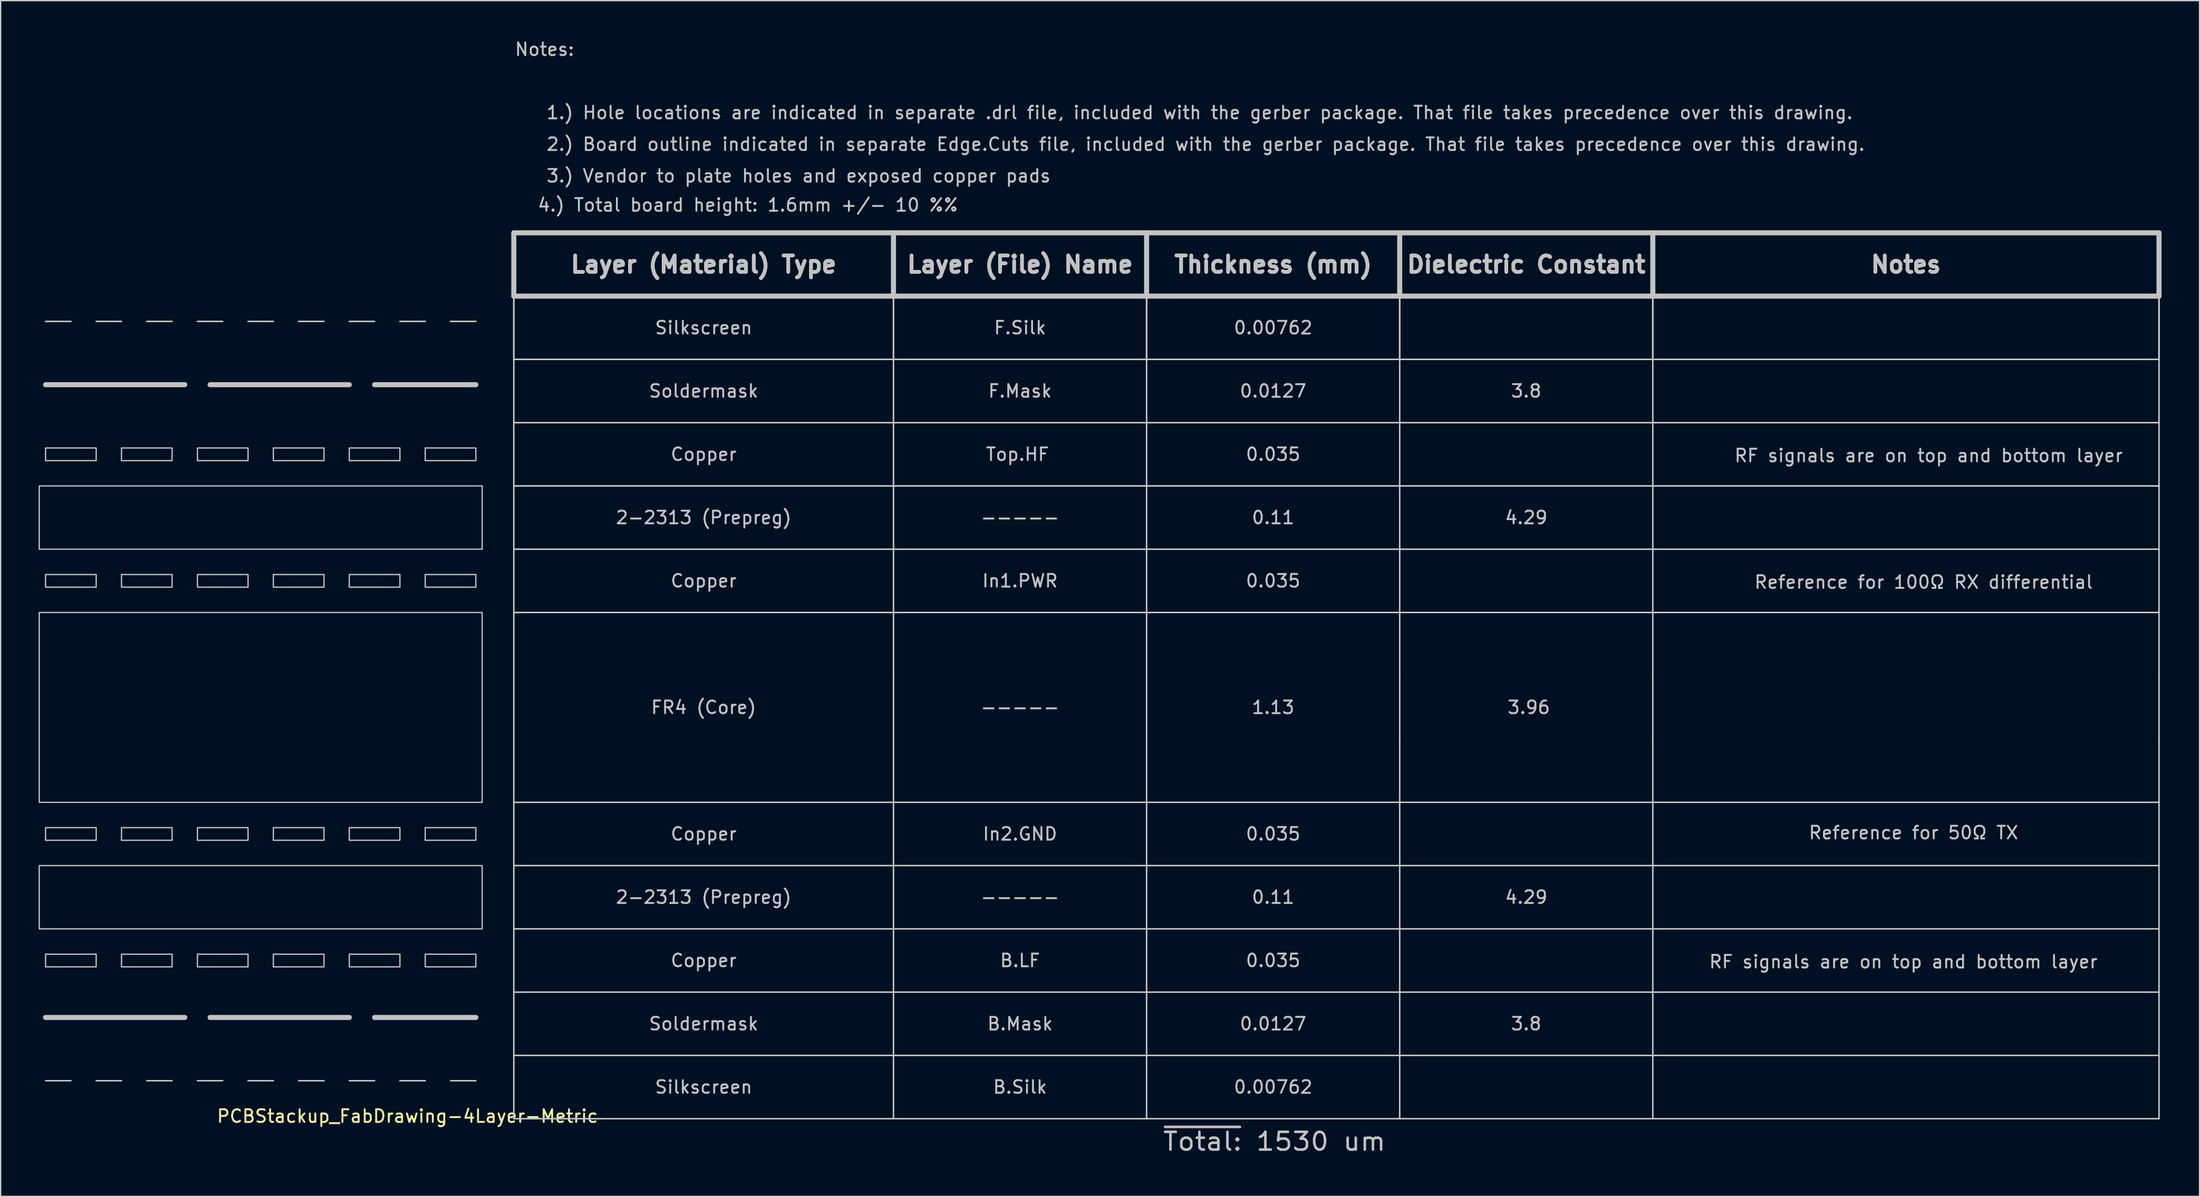
<source format=kicad_pcb>
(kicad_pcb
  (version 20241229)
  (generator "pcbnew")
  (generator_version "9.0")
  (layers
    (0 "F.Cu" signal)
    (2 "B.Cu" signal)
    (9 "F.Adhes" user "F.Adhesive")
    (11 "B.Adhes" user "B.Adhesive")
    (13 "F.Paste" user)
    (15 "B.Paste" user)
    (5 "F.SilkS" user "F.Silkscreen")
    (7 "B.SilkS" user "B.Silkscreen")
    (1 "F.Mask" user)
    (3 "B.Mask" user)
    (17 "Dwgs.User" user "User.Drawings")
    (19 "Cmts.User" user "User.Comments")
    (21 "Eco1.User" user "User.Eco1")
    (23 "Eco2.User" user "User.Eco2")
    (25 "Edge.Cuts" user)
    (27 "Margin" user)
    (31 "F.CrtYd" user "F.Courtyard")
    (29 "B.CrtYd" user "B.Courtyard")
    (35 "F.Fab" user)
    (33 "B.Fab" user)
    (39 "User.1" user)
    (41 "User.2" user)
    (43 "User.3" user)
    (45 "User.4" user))
  (footprint "PCBStackup_FabDrawing-4Layer-Metric"
    (layer "F.Cu")
    (at 37.55 20.348)
    (property "Reference" "PCBStackup_FabDrawing-4Layer-Metric" (at -8.4 64.8 0) (layer "F.SilkS") (effects (font (size 1 1) (thickness 0.15))))
    (attr through_hole)
    (fp_line (start -37 7) (end -26 7) (stroke (width 0.4) (type solid)) (layer "Dwgs.User"))
    (fp_line (start -37 57) (end -26 57) (stroke (width 0.4) (type solid)) (layer "Dwgs.User"))
    (fp_line (start -35 2) (end -37 2) (stroke (width 0.12) (type solid)) (layer "Dwgs.User"))
    (fp_line (start -35 62) (end -37 62) (stroke (width 0.12) (type solid)) (layer "Dwgs.User"))
    (fp_line (start -31 2) (end -33 2) (stroke (width 0.12) (type solid)) (layer "Dwgs.User"))
    (fp_line (start -31 62) (end -33 62) (stroke (width 0.12) (type solid)) (layer "Dwgs.User"))
    (fp_line (start -27 2) (end -29 2) (stroke (width 0.12) (type solid)) (layer "Dwgs.User"))
    (fp_line (start -27 62) (end -29 62) (stroke (width 0.12) (type solid)) (layer "Dwgs.User"))
    (fp_line (start -24 7) (end -13 7) (stroke (width 0.4) (type solid)) (layer "Dwgs.User"))
    (fp_line (start -24 57) (end -13 57) (stroke (width 0.4) (type solid)) (layer "Dwgs.User"))
    (fp_line (start -23 2) (end -25 2) (stroke (width 0.12) (type solid)) (layer "Dwgs.User"))
    (fp_line (start -23 62) (end -25 62) (stroke (width 0.12) (type solid)) (layer "Dwgs.User"))
    (fp_line (start -19 2) (end -21 2) (stroke (width 0.12) (type solid)) (layer "Dwgs.User"))
    (fp_line (start -19 62) (end -21 62) (stroke (width 0.12) (type solid)) (layer "Dwgs.User"))
    (fp_line (start -15 2) (end -17 2) (stroke (width 0.12) (type solid)) (layer "Dwgs.User"))
    (fp_line (start -15 62) (end -17 62) (stroke (width 0.12) (type solid)) (layer "Dwgs.User"))
    (fp_line (start -11 2) (end -13 2) (stroke (width 0.12) (type solid)) (layer "Dwgs.User"))
    (fp_line (start -11 7) (end -3 7) (stroke (width 0.4) (type solid)) (layer "Dwgs.User"))
    (fp_line (start -11 57) (end -3 57) (stroke (width 0.4) (type solid)) (layer "Dwgs.User"))
    (fp_line (start -11 62) (end -13 62) (stroke (width 0.12) (type solid)) (layer "Dwgs.User"))
    (fp_line (start -7 2) (end -9 2) (stroke (width 0.12) (type solid)) (layer "Dwgs.User"))
    (fp_line (start -7 62) (end -9 62) (stroke (width 0.12) (type solid)) (layer "Dwgs.User"))
    (fp_line (start -3 2) (end -5 2) (stroke (width 0.12) (type solid)) (layer "Dwgs.User"))
    (fp_line (start -3 62) (end -5 62) (stroke (width 0.12) (type solid)) (layer "Dwgs.User"))
    (fp_line (start 0 -5) (end 30 -5) (stroke (width 0.4) (type solid)) (layer "Dwgs.User"))
    (fp_line (start 0 0) (end 0 -5) (stroke (width 0.4) (type solid)) (layer "Dwgs.User"))
    (fp_line (start 0 0) (end 0 5) (stroke (width 0.12) (type solid)) (layer "Dwgs.User"))
    (fp_line (start 0 0) (end 0 5) (stroke (width 0.12) (type solid)) (layer "Dwgs.User"))
    (fp_line (start 0 0) (end 0 5) (stroke (width 0.12) (type solid)) (layer "Dwgs.User"))
    (fp_line (start 0 0) (end 30 0) (stroke (width 0.12) (type solid)) (layer "Dwgs.User"))
    (fp_line (start 0 0) (end 30 0) (stroke (width 0.12) (type solid)) (layer "Dwgs.User"))
    (fp_line (start 0 0) (end 30 0) (stroke (width 0.12) (type solid)) (layer "Dwgs.User"))
    (fp_line (start 0 5) (end 0 10) (stroke (width 0.12) (type solid)) (layer "Dwgs.User"))
    (fp_line (start 0 5) (end 30 5) (stroke (width 0.12) (type solid)) (layer "Dwgs.User"))
    (fp_line (start 0 5) (end 30 5) (stroke (width 0.12) (type solid)) (layer "Dwgs.User"))
    (fp_line (start 0 5) (end 30 5) (stroke (width 0.12) (type solid)) (layer "Dwgs.User"))
    (fp_line (start 0 10) (end 0 15) (stroke (width 0.12) (type solid)) (layer "Dwgs.User"))
    (fp_line (start 0 10) (end 30 10) (stroke (width 0.12) (type solid)) (layer "Dwgs.User"))
    (fp_line (start 0 15) (end 0 20) (stroke (width 0.12) (type solid)) (layer "Dwgs.User"))
    (fp_line (start 0 15) (end 30 15) (stroke (width 0.12) (type solid)) (layer "Dwgs.User"))
    (fp_line (start 0 15) (end 30 15) (stroke (width 0.12) (type solid)) (layer "Dwgs.User"))
    (fp_line (start 0 15) (end 30 15) (stroke (width 0.12) (type solid)) (layer "Dwgs.User"))
    (fp_line (start 0 20) (end 0 25) (stroke (width 0.12) (type solid)) (layer "Dwgs.User"))
    (fp_line (start 0 20) (end 30 20) (stroke (width 0.12) (type solid)) (layer "Dwgs.User"))
    (fp_line (start 0 25) (end 0 30) (stroke (width 0.12) (type solid)) (layer "Dwgs.User"))
    (fp_line (start 0 25) (end 30 25) (stroke (width 0.12) (type solid)) (layer "Dwgs.User"))
    (fp_line (start 0 25) (end 30 25) (stroke (width 0.12) (type solid)) (layer "Dwgs.User"))
    (fp_line (start 0 30) (end 0 35) (stroke (width 0.12) (type solid)) (layer "Dwgs.User"))
    (fp_line (start 0 35) (end 0 40) (stroke (width 0.12) (type solid)) (layer "Dwgs.User"))
    (fp_line (start 0 40) (end 0 45) (stroke (width 0.12) (type solid)) (layer "Dwgs.User"))
    (fp_line (start 0 40) (end 30 40) (stroke (width 0.12) (type solid)) (layer "Dwgs.User"))
    (fp_line (start 0 45) (end 0 50) (stroke (width 0.12) (type solid)) (layer "Dwgs.User"))
    (fp_line (start 0 45) (end 30 45) (stroke (width 0.12) (type solid)) (layer "Dwgs.User"))
    (fp_line (start 0 50) (end 0 55) (stroke (width 0.12) (type solid)) (layer "Dwgs.User"))
    (fp_line (start 0 50) (end 30 50) (stroke (width 0.12) (type solid)) (layer "Dwgs.User"))
    (fp_line (start 0 55) (end 0 60) (stroke (width 0.12) (type solid)) (layer "Dwgs.User"))
    (fp_line (start 0 55) (end 30 55) (stroke (width 0.12) (type solid)) (layer "Dwgs.User"))
    (fp_line (start 0 60) (end 0 65) (stroke (width 0.12) (type solid)) (layer "Dwgs.User"))
    (fp_line (start 0 60) (end 30 60) (stroke (width 0.12) (type solid)) (layer "Dwgs.User"))
    (fp_line (start 0 65) (end 30 65) (stroke (width 0.12) (type solid)) (layer "Dwgs.User"))
    (fp_line (start 30 -5) (end 30 0) (stroke (width 0.4) (type solid)) (layer "Dwgs.User"))
    (fp_line (start 30 0) (end 0 0) (stroke (width 0.4) (type solid)) (layer "Dwgs.User"))
    (fp_line (start 30 0) (end 30 5) (stroke (width 0.12) (type solid)) (layer "Dwgs.User"))
    (fp_line (start 30 0) (end 30 5) (stroke (width 0.12) (type solid)) (layer "Dwgs.User"))
    (fp_line (start 30 0) (end 30 5) (stroke (width 0.12) (type solid)) (layer "Dwgs.User"))
    (fp_line (start 30 0) (end 50 0) (stroke (width 0.12) (type solid)) (layer "Dwgs.User"))
    (fp_line (start 30 0) (end 50 0) (stroke (width 0.12) (type solid)) (layer "Dwgs.User"))
    (fp_line (start 30 0) (end 50 0) (stroke (width 0.12) (type solid)) (layer "Dwgs.User"))
    (fp_line (start 30 0) (end 50 0) (stroke (width 0.4) (type solid)) (layer "Dwgs.User"))
    (fp_line (start 30 5) (end 30 10) (stroke (width 0.12) (type solid)) (layer "Dwgs.User"))
    (fp_line (start 30 10) (end 30 15) (stroke (width 0.12) (type solid)) (layer "Dwgs.User"))
    (fp_line (start 30 10) (end 50 10) (stroke (width 0.12) (type solid)) (layer "Dwgs.User"))
    (fp_line (start 30 15) (end 30 20) (stroke (width 0.12) (type solid)) (layer "Dwgs.User"))
    (fp_line (start 30 20) (end 30 25) (stroke (width 0.12) (type solid)) (layer "Dwgs.User"))
    (fp_line (start 30 20) (end 50 20) (stroke (width 0.12) (type solid)) (layer "Dwgs.User"))
    (fp_line (start 30 25) (end 50 25) (stroke (width 0.12) (type solid)) (layer "Dwgs.User"))
    (fp_line (start 30 30) (end 30 25) (stroke (width 0.12) (type solid)) (layer "Dwgs.User"))
    (fp_line (start 30 35) (end 30 30) (stroke (width 0.12) (type solid)) (layer "Dwgs.User"))
    (fp_line (start 30 40) (end 30 35) (stroke (width 0.12) (type solid)) (layer "Dwgs.User"))
    (fp_line (start 30 40) (end 30 45) (stroke (width 0.12) (type solid)) (layer "Dwgs.User"))
    (fp_line (start 30 40) (end 50 40) (stroke (width 0.12) (type solid)) (layer "Dwgs.User"))
    (fp_line (start 30 45) (end 50 45) (stroke (width 0.12) (type solid)) (layer "Dwgs.User"))
    (fp_line (start 30 50) (end 30 45) (stroke (width 0.12) (type solid)) (layer "Dwgs.User"))
    (fp_line (start 30 50) (end 50 50) (stroke (width 0.12) (type solid)) (layer "Dwgs.User"))
    (fp_line (start 30 55) (end 30 50) (stroke (width 0.12) (type solid)) (layer "Dwgs.User"))
    (fp_line (start 30 60) (end 30 55) (stroke (width 0.12) (type solid)) (layer "Dwgs.User"))
    (fp_line (start 30 60) (end 50 60) (stroke (width 0.12) (type solid)) (layer "Dwgs.User"))
    (fp_line (start 30 65) (end 30 60) (stroke (width 0.12) (type solid)) (layer "Dwgs.User"))
    (fp_line (start 30 65) (end 50 65) (stroke (width 0.12) (type solid)) (layer "Dwgs.User"))
    (fp_line (start 50 -5) (end 30 -5) (stroke (width 0.4) (type solid)) (layer "Dwgs.User"))
    (fp_line (start 50 -5) (end 70 -5) (stroke (width 0.4) (type solid)) (layer "Dwgs.User"))
    (fp_line (start 50 0) (end 50 -5) (stroke (width 0.4) (type solid)) (layer "Dwgs.User"))
    (fp_line (start 50 0) (end 50 5) (stroke (width 0.12) (type solid)) (layer "Dwgs.User"))
    (fp_line (start 50 0) (end 50 5) (stroke (width 0.12) (type solid)) (layer "Dwgs.User"))
    (fp_line (start 50 0) (end 50 5) (stroke (width 0.12) (type solid)) (layer "Dwgs.User"))
    (fp_line (start 50 5) (end 30 5) (stroke (width 0.12) (type solid)) (layer "Dwgs.User"))
    (fp_line (start 50 5) (end 30 5) (stroke (width 0.12) (type solid)) (layer "Dwgs.User"))
    (fp_line (start 50 5) (end 30 5) (stroke (width 0.12) (type solid)) (layer "Dwgs.User"))
    (fp_line (start 50 5) (end 50 10) (stroke (width 0.12) (type solid)) (layer "Dwgs.User"))
    (fp_line (start 50 5) (end 70 5) (stroke (width 0.12) (type solid)) (layer "Dwgs.User"))
    (fp_line (start 50 5) (end 70 5) (stroke (width 0.12) (type solid)) (layer "Dwgs.User"))
    (fp_line (start 50 5) (end 70 5) (stroke (width 0.12) (type solid)) (layer "Dwgs.User"))
    (fp_line (start 50 10) (end 50 15) (stroke (width 0.12) (type solid)) (layer "Dwgs.User"))
    (fp_line (start 50 15) (end 30 15) (stroke (width 0.12) (type solid)) (layer "Dwgs.User"))
    (fp_line (start 50 15) (end 30 15) (stroke (width 0.12) (type solid)) (layer "Dwgs.User"))
    (fp_line (start 50 15) (end 30 15) (stroke (width 0.12) (type solid)) (layer "Dwgs.User"))
    (fp_line (start 50 15) (end 50 20) (stroke (width 0.12) (type solid)) (layer "Dwgs.User"))
    (fp_line (start 50 15) (end 70 15) (stroke (width 0.12) (type solid)) (layer "Dwgs.User"))
    (fp_line (start 50 15) (end 70 15) (stroke (width 0.12) (type solid)) (layer "Dwgs.User"))
    (fp_line (start 50 15) (end 70 15) (stroke (width 0.12) (type solid)) (layer "Dwgs.User"))
    (fp_line (start 50 20) (end 70 20) (stroke (width 0.12) (type solid)) (layer "Dwgs.User"))
    (fp_line (start 50 25) (end 30 25) (stroke (width 0.12) (type solid)) (layer "Dwgs.User"))
    (fp_line (start 50 25) (end 50 20) (stroke (width 0.12) (type solid)) (layer "Dwgs.User"))
    (fp_line (start 50 25) (end 70 25) (stroke (width 0.12) (type solid)) (layer "Dwgs.User"))
    (fp_line (start 50 25) (end 70 25) (stroke (width 0.12) (type solid)) (layer "Dwgs.User"))
    (fp_line (start 50 30) (end 50 25) (stroke (width 0.12) (type solid)) (layer "Dwgs.User"))
    (fp_line (start 50 35) (end 50 30) (stroke (width 0.12) (type solid)) (layer "Dwgs.User"))
    (fp_line (start 50 35) (end 50 40) (stroke (width 0.12) (type solid)) (layer "Dwgs.User"))
    (fp_line (start 50 40) (end 70 40) (stroke (width 0.12) (type solid)) (layer "Dwgs.User"))
    (fp_line (start 50 45) (end 50 40) (stroke (width 0.12) (type solid)) (layer "Dwgs.User"))
    (fp_line (start 50 45) (end 50 50) (stroke (width 0.12) (type solid)) (layer "Dwgs.User"))
    (fp_line (start 50 45) (end 70 45) (stroke (width 0.12) (type solid)) (layer "Dwgs.User"))
    (fp_line (start 50 50) (end 50 55) (stroke (width 0.12) (type solid)) (layer "Dwgs.User"))
    (fp_line (start 50 50) (end 70 50) (stroke (width 0.12) (type solid)) (layer "Dwgs.User"))
    (fp_line (start 50 55) (end 30 55) (stroke (width 0.12) (type solid)) (layer "Dwgs.User"))
    (fp_line (start 50 60) (end 50 55) (stroke (width 0.12) (type solid)) (layer "Dwgs.User"))
    (fp_line (start 50 60) (end 70 60) (stroke (width 0.12) (type solid)) (layer "Dwgs.User"))
    (fp_line (start 50 65) (end 50 60) (stroke (width 0.12) (type solid)) (layer "Dwgs.User"))
    (fp_line (start 50 65) (end 70 65) (stroke (width 0.12) (type solid)) (layer "Dwgs.User"))
    (fp_line (start 70 -5) (end 70 0) (stroke (width 0.4) (type solid)) (layer "Dwgs.User"))
    (fp_line (start 70 0) (end 50 0) (stroke (width 0.12) (type solid)) (layer "Dwgs.User"))
    (fp_line (start 70 0) (end 50 0) (stroke (width 0.12) (type solid)) (layer "Dwgs.User"))
    (fp_line (start 70 0) (end 50 0) (stroke (width 0.12) (type solid)) (layer "Dwgs.User"))
    (fp_line (start 70 0) (end 50 0) (stroke (width 0.4) (type solid)) (layer "Dwgs.User"))
    (fp_line (start 70 0) (end 70 5) (stroke (width 0.12) (type solid)) (layer "Dwgs.User"))
    (fp_line (start 70 0) (end 70 5) (stroke (width 0.12) (type solid)) (layer "Dwgs.User"))
    (fp_line (start 70 0) (end 70 5) (stroke (width 0.12) (type solid)) (layer "Dwgs.User"))
    (fp_line (start 70 0) (end 90 0) (stroke (width 0.12) (type solid)) (layer "Dwgs.User"))
    (fp_line (start 70 0) (end 90 0) (stroke (width 0.12) (type solid)) (layer "Dwgs.User"))
    (fp_line (start 70 0) (end 90 0) (stroke (width 0.12) (type solid)) (layer "Dwgs.User"))
    (fp_line (start 70 0) (end 90 0) (stroke (width 0.4) (type solid)) (layer "Dwgs.User"))
    (fp_line (start 70 5) (end 70 10) (stroke (width 0.12) (type solid)) (layer "Dwgs.User"))
    (fp_line (start 70 5) (end 90 5) (stroke (width 0.12) (type solid)) (layer "Dwgs.User"))
    (fp_line (start 70 5) (end 90 5) (stroke (width 0.12) (type solid)) (layer "Dwgs.User"))
    (fp_line (start 70 5) (end 90 5) (stroke (width 0.12) (type solid)) (layer "Dwgs.User"))
    (fp_line (start 70 10) (end 50 10) (stroke (width 0.12) (type solid)) (layer "Dwgs.User"))
    (fp_line (start 70 10) (end 70 15) (stroke (width 0.12) (type solid)) (layer "Dwgs.User"))
    (fp_line (start 70 10) (end 90 10) (stroke (width 0.12) (type solid)) (layer "Dwgs.User"))
    (fp_line (start 70 15) (end 70 20) (stroke (width 0.12) (type solid)) (layer "Dwgs.User"))
    (fp_line (start 70 15) (end 90 15) (stroke (width 0.12) (type solid)) (layer "Dwgs.User"))
    (fp_line (start 70 15) (end 90 15) (stroke (width 0.12) (type solid)) (layer "Dwgs.User"))
    (fp_line (start 70 15) (end 90 15) (stroke (width 0.12) (type solid)) (layer "Dwgs.User"))
    (fp_line (start 70 20) (end 90 20) (stroke (width 0.12) (type solid)) (layer "Dwgs.User"))
    (fp_line (start 70 25) (end 70 20) (stroke (width 0.12) (type solid)) (layer "Dwgs.User"))
    (fp_line (start 70 25) (end 90 25) (stroke (width 0.12) (type solid)) (layer "Dwgs.User"))
    (fp_line (start 70 25) (end 90 25) (stroke (width 0.12) (type solid)) (layer "Dwgs.User"))
    (fp_line (start 70 30) (end 70 25) (stroke (width 0.12) (type solid)) (layer "Dwgs.User"))
    (fp_line (start 70 35) (end 70 30) (stroke (width 0.12) (type solid)) (layer "Dwgs.User"))
    (fp_line (start 70 40) (end 70 35) (stroke (width 0.12) (type solid)) (layer "Dwgs.User"))
    (fp_line (start 70 40) (end 90 40) (stroke (width 0.12) (type solid)) (layer "Dwgs.User"))
    (fp_line (start 70 45) (end 70 40) (stroke (width 0.12) (type solid)) (layer "Dwgs.User"))
    (fp_line (start 70 45) (end 90 45) (stroke (width 0.12) (type solid)) (layer "Dwgs.User"))
    (fp_line (start 70 50) (end 70 45) (stroke (width 0.12) (type solid)) (layer "Dwgs.User"))
    (fp_line (start 70 50) (end 70 55) (stroke (width 0.12) (type solid)) (layer "Dwgs.User"))
    (fp_line (start 70 50) (end 90 50) (stroke (width 0.12) (type solid)) (layer "Dwgs.User"))
    (fp_line (start 70 55) (end 50 55) (stroke (width 0.12) (type solid)) (layer "Dwgs.User"))
    (fp_line (start 70 60) (end 70 55) (stroke (width 0.12) (type solid)) (layer "Dwgs.User"))
    (fp_line (start 70 60) (end 90 60) (stroke (width 0.12) (type solid)) (layer "Dwgs.User"))
    (fp_line (start 70 65) (end 70 60) (stroke (width 0.12) (type solid)) (layer "Dwgs.User"))
    (fp_line (start 70 65) (end 90 65) (stroke (width 0.12) (type solid)) (layer "Dwgs.User"))
    (fp_line (start 90 -5) (end 70 -5) (stroke (width 0.4) (type solid)) (layer "Dwgs.User"))
    (fp_line (start 90 0) (end 90 -5) (stroke (width 0.4) (type solid)) (layer "Dwgs.User"))
    (fp_line (start 90 0) (end 90 5) (stroke (width 0.12) (type solid)) (layer "Dwgs.User"))
    (fp_line (start 90 0) (end 90 5) (stroke (width 0.12) (type solid)) (layer "Dwgs.User"))
    (fp_line (start 90 0) (end 90 5) (stroke (width 0.12) (type solid)) (layer "Dwgs.User"))
    (fp_line (start 90 0) (end 130 0) (stroke (width 0.12) (type solid)) (layer "Dwgs.User"))
    (fp_line (start 90 0) (end 130 0) (stroke (width 0.12) (type solid)) (layer "Dwgs.User"))
    (fp_line (start 90 0) (end 130 0) (stroke (width 0.12) (type solid)) (layer "Dwgs.User"))
    (fp_line (start 90 0) (end 130 0) (stroke (width 0.4) (type solid)) (layer "Dwgs.User"))
    (fp_line (start 90 5) (end 90 10) (stroke (width 0.12) (type solid)) (layer "Dwgs.User"))
    (fp_line (start 90 5) (end 130 5) (stroke (width 0.12) (type solid)) (layer "Dwgs.User"))
    (fp_line (start 90 5) (end 130 5) (stroke (width 0.12) (type solid)) (layer "Dwgs.User"))
    (fp_line (start 90 5) (end 130 5) (stroke (width 0.12) (type solid)) (layer "Dwgs.User"))
    (fp_line (start 90 10) (end 90 15) (stroke (width 0.12) (type solid)) (layer "Dwgs.User"))
    (fp_line (start 90 10) (end 130 10) (stroke (width 0.12) (type solid)) (layer "Dwgs.User"))
    (fp_line (start 90 15) (end 90 20) (stroke (width 0.12) (type solid)) (layer "Dwgs.User"))
    (fp_line (start 90 15) (end 130 15) (stroke (width 0.12) (type solid)) (layer "Dwgs.User"))
    (fp_line (start 90 15) (end 130 15) (stroke (width 0.12) (type solid)) (layer "Dwgs.User"))
    (fp_line (start 90 15) (end 130 15) (stroke (width 0.12) (type solid)) (layer "Dwgs.User"))
    (fp_line (start 90 20) (end 130 20) (stroke (width 0.12) (type solid)) (layer "Dwgs.User"))
    (fp_line (start 90 25) (end 90 20) (stroke (width 0.12) (type solid)) (layer "Dwgs.User"))
    (fp_line (start 90 25) (end 130 25) (stroke (width 0.12) (type solid)) (layer "Dwgs.User"))
    (fp_line (start 90 25) (end 130 25) (stroke (width 0.12) (type solid)) (layer "Dwgs.User"))
    (fp_line (start 90 30) (end 90 25) (stroke (width 0.12) (type solid)) (layer "Dwgs.User"))
    (fp_line (start 90 35) (end 90 30) (stroke (width 0.12) (type solid)) (layer "Dwgs.User"))
    (fp_line (start 90 40) (end 90 35) (stroke (width 0.12) (type solid)) (layer "Dwgs.User"))
    (fp_line (start 90 40) (end 90 45) (stroke (width 0.12) (type solid)) (layer "Dwgs.User"))
    (fp_line (start 90 40) (end 130 40) (stroke (width 0.12) (type solid)) (layer "Dwgs.User"))
    (fp_line (start 90 45) (end 130 45) (stroke (width 0.12) (type solid)) (layer "Dwgs.User"))
    (fp_line (start 90 50) (end 90 45) (stroke (width 0.12) (type solid)) (layer "Dwgs.User"))
    (fp_line (start 90 50) (end 90 55) (stroke (width 0.12) (type solid)) (layer "Dwgs.User"))
    (fp_line (start 90 50) (end 130 50) (stroke (width 0.12) (type solid)) (layer "Dwgs.User"))
    (fp_line (start 90 55) (end 70 55) (stroke (width 0.12) (type solid)) (layer "Dwgs.User"))
    (fp_line (start 90 55) (end 130 55) (stroke (width 0.12) (type solid)) (layer "Dwgs.User"))
    (fp_line (start 90 60) (end 90 55) (stroke (width 0.12) (type solid)) (layer "Dwgs.User"))
    (fp_line (start 90 60) (end 130 60) (stroke (width 0.12) (type solid)) (layer "Dwgs.User"))
    (fp_line (start 90 65) (end 90 60) (stroke (width 0.12) (type solid)) (layer "Dwgs.User"))
    (fp_line (start 90 65) (end 130 65) (stroke (width 0.12) (type solid)) (layer "Dwgs.User"))
    (fp_line (start 130 -5) (end 90 -5) (stroke (width 0.4) (type solid)) (layer "Dwgs.User"))
    (fp_line (start 130 0) (end 130 -5) (stroke (width 0.4) (type solid)) (layer "Dwgs.User"))
    (fp_line (start 130 0) (end 130 5) (stroke (width 0.12) (type solid)) (layer "Dwgs.User"))
    (fp_line (start 130 0) (end 130 5) (stroke (width 0.12) (type solid)) (layer "Dwgs.User"))
    (fp_line (start 130 0) (end 130 5) (stroke (width 0.12) (type solid)) (layer "Dwgs.User"))
    (fp_line (start 130 5) (end 130 10) (stroke (width 0.12) (type solid)) (layer "Dwgs.User"))
    (fp_line (start 130 10) (end 130 15) (stroke (width 0.12) (type solid)) (layer "Dwgs.User"))
    (fp_line (start 130 15) (end 130 20) (stroke (width 0.12) (type solid)) (layer "Dwgs.User"))
    (fp_line (start 130 25) (end 130 20) (stroke (width 0.12) (type solid)) (layer "Dwgs.User"))
    (fp_line (start 130 25) (end 130 30) (stroke (width 0.12) (type solid)) (layer "Dwgs.User"))
    (fp_line (start 130 30) (end 130 35) (stroke (width 0.12) (type solid)) (layer "Dwgs.User"))
    (fp_line (start 130 40) (end 130 35) (stroke (width 0.12) (type solid)) (layer "Dwgs.User"))
    (fp_line (start 130 45) (end 130 40) (stroke (width 0.12) (type solid)) (layer "Dwgs.User"))
    (fp_line (start 130 50) (end 130 45) (stroke (width 0.12) (type solid)) (layer "Dwgs.User"))
    (fp_line (start 130 50) (end 130 55) (stroke (width 0.12) (type solid)) (layer "Dwgs.User"))
    (fp_line (start 130 60) (end 130 55) (stroke (width 0.12) (type solid)) (layer "Dwgs.User"))
    (fp_line (start 130 65) (end 130 60) (stroke (width 0.12) (type solid)) (layer "Dwgs.User"))
    (fp_poly (pts (xy -33 13) (xy -37 13) (xy -37 12) (xy -33 12)) (stroke (width 0.1) (type solid)) (fill no) (layer "Dwgs.User"))
    (fp_poly (pts (xy -33 23) (xy -37 23) (xy -37 22) (xy -33 22)) (stroke (width 0.1) (type solid)) (fill no) (layer "Dwgs.User"))
    (fp_poly (pts (xy -33 43) (xy -37 43) (xy -37 42) (xy -33 42)) (stroke (width 0.1) (type solid)) (fill no) (layer "Dwgs.User"))
    (fp_poly (pts (xy -33 53) (xy -37 53) (xy -37 52) (xy -33 52)) (stroke (width 0.1) (type solid)) (fill no) (layer "Dwgs.User"))
    (fp_poly (pts (xy -27 13) (xy -31 13) (xy -31 12) (xy -27 12)) (stroke (width 0.1) (type solid)) (fill no) (layer "Dwgs.User"))
    (fp_poly (pts (xy -27 23) (xy -31 23) (xy -31 22) (xy -27 22)) (stroke (width 0.1) (type solid)) (fill no) (layer "Dwgs.User"))
    (fp_poly (pts (xy -27 43) (xy -31 43) (xy -31 42) (xy -27 42)) (stroke (width 0.1) (type solid)) (fill no) (layer "Dwgs.User"))
    (fp_poly (pts (xy -27 53) (xy -31 53) (xy -31 52) (xy -27 52)) (stroke (width 0.1) (type solid)) (fill no) (layer "Dwgs.User"))
    (fp_poly (pts (xy -21 13) (xy -25 13) (xy -25 12) (xy -21 12)) (stroke (width 0.1) (type solid)) (fill no) (layer "Dwgs.User"))
    (fp_poly (pts (xy -21 23) (xy -25 23) (xy -25 22) (xy -21 22)) (stroke (width 0.1) (type solid)) (fill no) (layer "Dwgs.User"))
    (fp_poly (pts (xy -21 43) (xy -25 43) (xy -25 42) (xy -21 42)) (stroke (width 0.1) (type solid)) (fill no) (layer "Dwgs.User"))
    (fp_poly (pts (xy -21 53) (xy -25 53) (xy -25 52) (xy -21 52)) (stroke (width 0.1) (type solid)) (fill no) (layer "Dwgs.User"))
    (fp_poly (pts (xy -15 13) (xy -19 13) (xy -19 12) (xy -15 12)) (stroke (width 0.1) (type solid)) (fill no) (layer "Dwgs.User"))
    (fp_poly (pts (xy -15 23) (xy -19 23) (xy -19 22) (xy -15 22)) (stroke (width 0.1) (type solid)) (fill no) (layer "Dwgs.User"))
    (fp_poly (pts (xy -15 43) (xy -19 43) (xy -19 42) (xy -15 42)) (stroke (width 0.1) (type solid)) (fill no) (layer "Dwgs.User"))
    (fp_poly (pts (xy -15 53) (xy -19 53) (xy -19 52) (xy -15 52)) (stroke (width 0.1) (type solid)) (fill no) (layer "Dwgs.User"))
    (fp_poly (pts (xy -9 13) (xy -13 13) (xy -13 12) (xy -9 12)) (stroke (width 0.1) (type solid)) (fill no) (layer "Dwgs.User"))
    (fp_poly (pts (xy -9 23) (xy -13 23) (xy -13 22) (xy -9 22)) (stroke (width 0.1) (type solid)) (fill no) (layer "Dwgs.User"))
    (fp_poly (pts (xy -9 43) (xy -13 43) (xy -13 42) (xy -9 42)) (stroke (width 0.1) (type solid)) (fill no) (layer "Dwgs.User"))
    (fp_poly (pts (xy -9 53) (xy -13 53) (xy -13 52) (xy -9 52)) (stroke (width 0.1) (type solid)) (fill no) (layer "Dwgs.User"))
    (fp_poly (pts (xy -3 13) (xy -7 13) (xy -7 12) (xy -3 12)) (stroke (width 0.1) (type solid)) (fill no) (layer "Dwgs.User"))
    (fp_poly (pts (xy -3 23) (xy -7 23) (xy -7 22) (xy -3 22)) (stroke (width 0.1) (type solid)) (fill no) (layer "Dwgs.User"))
    (fp_poly (pts (xy -3 43) (xy -7 43) (xy -7 42) (xy -3 42)) (stroke (width 0.1) (type solid)) (fill no) (layer "Dwgs.User"))
    (fp_poly (pts (xy -3 53) (xy -7 53) (xy -7 52) (xy -3 52)) (stroke (width 0.1) (type solid)) (fill no) (layer "Dwgs.User"))
    (fp_poly (pts (xy -2.5 20) (xy -37.5 20) (xy -37.5 15) (xy -2.5 15)) (stroke (width 0.1) (type solid)) (fill no) (layer "Dwgs.User"))
    (fp_poly (pts (xy -2.5 40) (xy -37.5 40) (xy -37.5 25) (xy -2.5 25)) (stroke (width 0.1) (type solid)) (fill no) (layer "Dwgs.User"))
    (fp_poly (pts (xy -2.5 50) (xy -37.5 50) (xy -37.5 45) (xy -2.5 45)) (stroke (width 0.1) (type solid)) (fill no) (layer "Dwgs.User"))
    (fp_text user "B.LF" (at 40 52.5 0) (layer "Dwgs.User") (effects (font (size 1 1) (thickness 0.15))))
    (fp_text user "-----" (at 40 32.5 0) (layer "Dwgs.User") (effects (font (size 1 1) (thickness 0.15))))
    (fp_text user "Copper" (at 15 12.5 0) (layer "Dwgs.User") (effects (font (size 1 1) (thickness 0.15))))
    (fp_text user "0.0127" (at 60 7.5 0) (layer "Dwgs.User") (effects (font (size 1 1) (thickness 0.15))))
    (fp_text user "B.Silk" (at 40 62.5 0) (layer "Dwgs.User") (effects (font (size 1 1) (thickness 0.15))))
    (fp_text user "4.) Total board height: 1.6mm +/- 10 %%" (at 18.5 -7.2 0) (layer "Dwgs.User") (effects (font (size 1 1) (thickness 0.15))))
    (fp_text user "1.13" (at 60 32.5 0) (layer "Dwgs.User") (effects (font (size 1 1) (thickness 0.15))))
    (fp_text user "3.96" (at 80.2 32.5 0) (layer "Dwgs.User") (effects (font (size 1 1) (thickness 0.15))))
    (fp_text user "0.0127" (at 60 57.5 0) (layer "Dwgs.User") (effects (font (size 1 1) (thickness 0.15))))
    (fp_text user "2-2313 (Prepreg)" (at 15 47.5 0) (layer "Dwgs.User") (effects (font (size 1 1) (thickness 0.15))))
    (fp_text user "Layer (Material) Type" (at 15 -2.5 0) (layer "Dwgs.User") (effects (font (size 1.3 1.3) (thickness 0.3))))
    (fp_text user "Silkscreen" (at 15 62.5 0) (layer "Dwgs.User") (effects (font (size 1 1) (thickness 0.15))))
    (fp_text user "Top.HF" (at 39.8 12.5 0) (layer "Dwgs.User") (effects (font (size 1 1) (thickness 0.15))))
    (fp_text user "Copper" (at 15 42.5 0) (layer "Dwgs.User") (effects (font (size 1 1) (thickness 0.15))))
    (fp_text user "0.00762" (at 60 2.5 0) (layer "Dwgs.User") (effects (font (size 1 1) (thickness 0.15))))
    (fp_text user "0.035" (at 60 12.5 0) (layer "Dwgs.User") (effects (font (size 1 1) (thickness 0.15))))
    (fp_text user "Dielectric Constant" (at 80 -2.5 0) (layer "Dwgs.User") (effects (font (size 1.3 1.3) (thickness 0.3))))
    (fp_text user "4.29" (at 80 17.5 0) (layer "Dwgs.User") (effects (font (size 1 1) (thickness 0.15))))
    (fp_text user "0.11" (at 60 17.5 0) (layer "Dwgs.User") (effects (font (size 1 1) (thickness 0.15))))
    (fp_text user "3.8" (at 80 57.5 0) (layer "Dwgs.User") (effects (font (size 1 1) (thickness 0.15))))
    (fp_text user "F.Mask" (at 40 7.5 0) (layer "Dwgs.User") (effects (font (size 1 1) (thickness 0.15))))
    (fp_text user "In2.GND" (at 40 42.5 0) (layer "Dwgs.User") (effects (font (size 1 1) (thickness 0.15))))
    (fp_text user "Copper" (at 15 52.5 0) (layer "Dwgs.User") (effects (font (size 1 1) (thickness 0.15))))
    (fp_text user "0.035" (at 60 52.5 0) (layer "Dwgs.User") (effects (font (size 1 1) (thickness 0.15))))
    (fp_text user "B.Mask" (at 40 57.5 0) (layer "Dwgs.User") (effects (font (size 1 1) (thickness 0.15))))
    (fp_text user "RF signals are on top and bottom layer" (at 109.8 52.6 0) (layer "Dwgs.User") (effects (font (size 1 1) (thickness 0.15))))
    (fp_text user "~{Total:} 1530 um" (at 60.1 66.8 0) (layer "Dwgs.User") (effects (font (size 1.4 1.5) (thickness 0.2))))
    (fp_text user "2.) Board outline indicated in separate Edge.Cuts file, included with the gerber package. That file takes precedence over this drawing." (at 2.5 -12 0) (layer "Dwgs.User") (effects (font (size 1 1) (thickness 0.15)) (justify left)))
    (fp_text user "Reference for 100Ω RX differential" (at 111.4 22.6 0) (layer "Dwgs.User") (effects (font (size 1 1) (thickness 0.15))))
    (fp_text user "Soldermask" (at 15 7.5 0) (layer "Dwgs.User") (effects (font (size 1 1) (thickness 0.15))))
    (fp_text user "4.29" (at 80 47.5 0) (layer "Dwgs.User") (effects (font (size 1 1) (thickness 0.15))))
    (fp_text user "F.Silk" (at 40 2.5 0) (layer "Dwgs.User") (effects (font (size 1 1) (thickness 0.15))))
    (fp_text user "1.) Hole locations are indicated in separate .drl file, included with the gerber package. That file takes precedence over this drawing." (at 2.5 -14.5 0) (layer "Dwgs.User") (effects (font (size 1 1) (thickness 0.15)) (justify left)))
    (fp_text user "Notes" (at 110 -2.5 0) (layer "Dwgs.User") (effects (font (size 1.3 1.3) (thickness 0.3))))
    (fp_text user "3.8" (at 80 7.5 0) (layer "Dwgs.User") (effects (font (size 1 1) (thickness 0.15))))
    (fp_text user "Reference for 50Ω TX" (at 110.6 42.4 0) (layer "Dwgs.User") (effects (font (size 1 1) (thickness 0.15))))
    (fp_text user "-----" (at 40 47.5 0) (layer "Dwgs.User") (effects (font (size 1 1) (thickness 0.15))))
    (fp_text user "Thickness (mm)" (at 60 -2.5 0) (layer "Dwgs.User") (effects (font (size 1.3 1.3) (thickness 0.3))))
    (fp_text user "RF signals are on top and bottom layer" (at 111.8 12.6 0) (layer "Dwgs.User") (effects (font (size 1 1) (thickness 0.15))))
    (fp_text user "Soldermask" (at 15 57.5 0) (layer "Dwgs.User") (effects (font (size 1 1) (thickness 0.15))))
    (fp_text user "0.035" (at 60 42.5 0) (layer "Dwgs.User") (effects (font (size 1 1) (thickness 0.15))))
    (fp_text user "Notes:" (at 0 -19.5 0) (layer "Dwgs.User") (effects (font (size 1 1) (thickness 0.15)) (justify left)))
    (fp_text user "3.) Vendor to plate holes and exposed copper pads" (at 2.5 -9.5 0) (layer "Dwgs.User") (effects (font (size 1 1) (thickness 0.15)) (justify left)))
    (fp_text user "Layer (File) Name" (at 40 -2.5 0) (layer "Dwgs.User") (effects (font (size 1.3 1.3) (thickness 0.3))))
    (fp_text user "0.11" (at 60 47.5 0) (layer "Dwgs.User") (effects (font (size 1 1) (thickness 0.15))))
    (fp_text user "In1.PWR" (at 40 22.5 0) (layer "Dwgs.User") (effects (font (size 1 1) (thickness 0.15))))
    (fp_text user "Copper" (at 15 22.5 0) (layer "Dwgs.User") (effects (font (size 1 1) (thickness 0.15))))
    (fp_text user "2-2313 (Prepreg)" (at 15 17.5 0) (layer "Dwgs.User") (effects (font (size 1 1) (thickness 0.15))))
    (fp_text user "Silkscreen" (at 15 2.5 0) (layer "Dwgs.User") (effects (font (size 1 1) (thickness 0.15))))
    (fp_text user "0.035" (at 60 22.5 0) (layer "Dwgs.User") (effects (font (size 1 1) (thickness 0.15))))
    (fp_text user "-----" (at 40 17.5 0) (layer "Dwgs.User") (effects (font (size 1 1) (thickness 0.15))))
    (fp_text user "0.00762" (at 60 62.5 0) (layer "Dwgs.User") (effects (font (size 1 1) (thickness 0.15))))
    (fp_text user "FR4 (Core)" (at 15 32.5 0) (layer "Dwgs.User") (effects (font (size 1 1) (thickness 0.15)))))
  (gr_rect
    (start -3 -3)
    (end 170.75 91.485)
    (stroke (width 0.1) (type default))
    (fill no)
    (layer "Edge.Cuts")))
</source>
